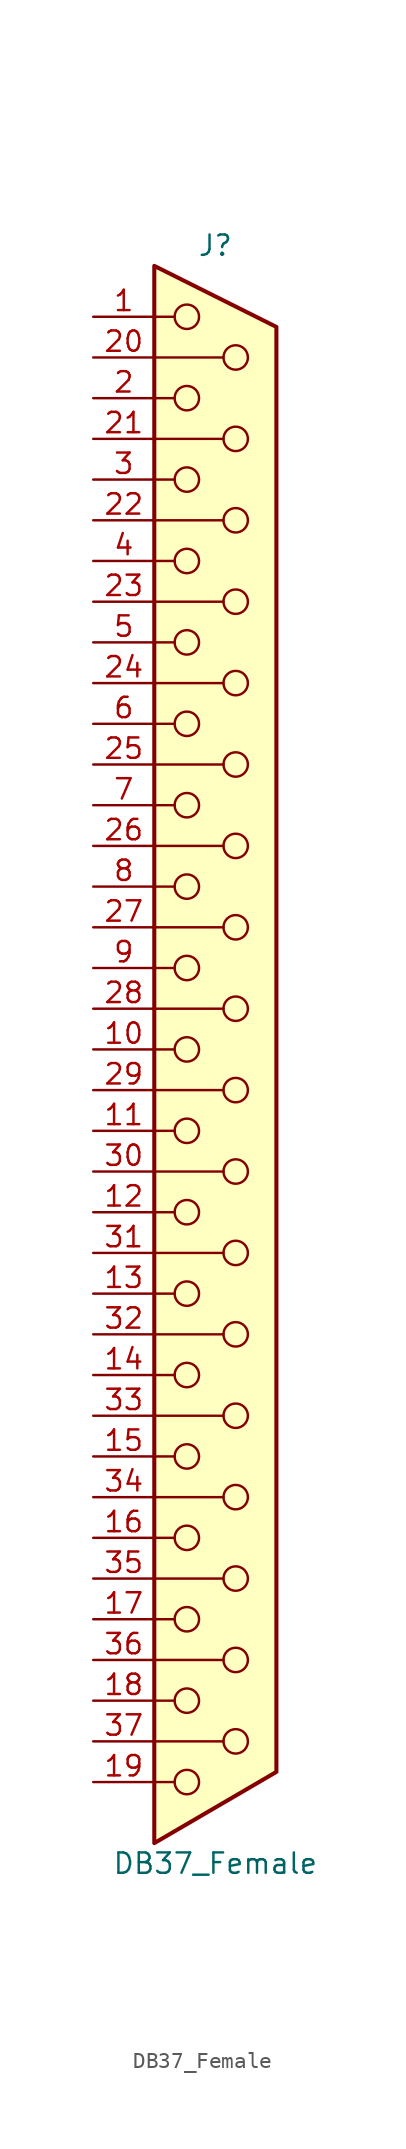
<source format=kicad_sym>
(kicad_symbol_lib
  (version 20220914)
  (generator kicad_symbol_editor)
  (symbol "DB37_Female"
    (pin_names
      (offset 1.016) hide)
    (property "Reference" "J"
      (at 0 50.165 0)
      (effects (font (size 1.27 1.27))))
    (property "Value" "DB37_Female"
      (at 0 -50.8 0)
      (effects (font (size 1.27 1.27))))
    (symbol "DB37_Female_0_1"
      (circle (center -1.778 -45.72) (radius 0.762) (stroke (width 0) (type solid)) (fill (type none)))
      (circle (center -1.778 -40.64) (radius 0.762) (stroke (width 0) (type solid)) (fill (type none)))
      (circle (center -1.778 -35.56) (radius 0.762) (stroke (width 0) (type solid)) (fill (type none)))
      (circle (center -1.778 -30.48) (radius 0.762) (stroke (width 0) (type solid)) (fill (type none)))
      (circle (center -1.778 -25.4) (radius 0.762) (stroke (width 0) (type solid)) (fill (type none)))
      (circle (center -1.778 -20.32) (radius 0.762) (stroke (width 0) (type solid)) (fill (type none)))
      (circle (center -1.778 -15.24) (radius 0.762) (stroke (width 0) (type solid)) (fill (type none)))
      (circle (center -1.778 -10.16) (radius 0.762) (stroke (width 0) (type solid)) (fill (type none)))
      (circle (center -1.778 -5.08) (radius 0.762) (stroke (width 0) (type solid)) (fill (type none)))
      (circle (center -1.778 0) (radius 0.762) (stroke (width 0) (type solid)) (fill (type none)))
      (circle (center -1.778 5.08) (radius 0.762) (stroke (width 0) (type solid)) (fill (type none)))
      (circle (center -1.778 10.16) (radius 0.762) (stroke (width 0) (type solid)) (fill (type none)))
      (circle (center -1.778 15.24) (radius 0.762) (stroke (width 0) (type solid)) (fill (type none)))
      (circle (center -1.778 20.32) (radius 0.762) (stroke (width 0) (type solid)) (fill (type none)))
      (circle (center -1.778 25.4) (radius 0.762) (stroke (width 0) (type solid)) (fill (type none)))
      (circle (center -1.778 30.48) (radius 0.762) (stroke (width 0) (type solid)) (fill (type none)))
      (circle (center -1.778 35.56) (radius 0.762) (stroke (width 0) (type solid)) (fill (type none)))
      (circle (center -1.778 40.64) (radius 0.762) (stroke (width 0) (type solid)) (fill (type none)))
      (circle (center -1.778 45.72) (radius 0.762) (stroke (width 0) (type solid)) (fill (type none)))
      (polyline (pts (xy -3.81 -45.72) (xy -2.54 -45.72)) (stroke (width 0) (type solid)) (fill (type none)))
      (polyline (pts (xy -3.81 -43.18) (xy 0.508 -43.18)) (stroke (width 0) (type solid)) (fill (type none)))
      (polyline (pts (xy -3.81 -40.64) (xy -2.54 -40.64)) (stroke (width 0) (type solid)) (fill (type none)))
      (polyline (pts (xy -3.81 -38.1) (xy 0.508 -38.1)) (stroke (width 0) (type solid)) (fill (type none)))
      (polyline (pts (xy -3.81 -35.56) (xy -2.54 -35.56)) (stroke (width 0) (type solid)) (fill (type none)))
      (polyline (pts (xy -3.81 -33.02) (xy 0.508 -33.02)) (stroke (width 0) (type solid)) (fill (type none)))
      (polyline (pts (xy -3.81 -30.48) (xy -2.54 -30.48)) (stroke (width 0) (type solid)) (fill (type none)))
      (polyline (pts (xy -3.81 -27.94) (xy 0.508 -27.94)) (stroke (width 0) (type solid)) (fill (type none)))
      (polyline (pts (xy -3.81 -25.4) (xy -2.54 -25.4)) (stroke (width 0) (type solid)) (fill (type none)))
      (polyline (pts (xy -3.81 -22.86) (xy 0.508 -22.86)) (stroke (width 0) (type solid)) (fill (type none)))
      (polyline (pts (xy -3.81 -20.32) (xy -2.54 -20.32)) (stroke (width 0) (type solid)) (fill (type none)))
      (polyline (pts (xy -3.81 -17.78) (xy 0.508 -17.78)) (stroke (width 0) (type solid)) (fill (type none)))
      (polyline (pts (xy -3.81 -15.24) (xy -2.54 -15.24)) (stroke (width 0) (type solid)) (fill (type none)))
      (polyline (pts (xy -3.81 -12.7) (xy 0.508 -12.7)) (stroke (width 0) (type solid)) (fill (type none)))
      (polyline (pts (xy -3.81 -10.16) (xy -2.54 -10.16)) (stroke (width 0) (type solid)) (fill (type none)))
      (polyline (pts (xy -3.81 -7.62) (xy 0.508 -7.62)) (stroke (width 0) (type solid)) (fill (type none)))
      (polyline (pts (xy -3.81 -5.08) (xy -2.54 -5.08)) (stroke (width 0) (type solid)) (fill (type none)))
      (polyline (pts (xy -3.81 -2.54) (xy 0.508 -2.54)) (stroke (width 0) (type solid)) (fill (type none)))
      (polyline (pts (xy -3.81 0) (xy -2.54 0)) (stroke (width 0) (type solid)) (fill (type none)))
      (polyline (pts (xy -3.81 2.54) (xy 0.508 2.54)) (stroke (width 0) (type solid)) (fill (type none)))
      (polyline (pts (xy -3.81 5.08) (xy -2.54 5.08)) (stroke (width 0) (type solid)) (fill (type none)))
      (polyline (pts (xy -3.81 7.62) (xy 0.508 7.62)) (stroke (width 0) (type solid)) (fill (type none)))
      (polyline (pts (xy -3.81 10.16) (xy -2.54 10.16)) (stroke (width 0) (type solid)) (fill (type none)))
      (polyline (pts (xy -3.81 12.7) (xy 0.508 12.7)) (stroke (width 0) (type solid)) (fill (type none)))
      (polyline (pts (xy -3.81 15.24) (xy -2.54 15.24)) (stroke (width 0) (type solid)) (fill (type none)))
      (polyline (pts (xy -3.81 17.78) (xy 0.508 17.78)) (stroke (width 0) (type solid)) (fill (type none)))
      (polyline (pts (xy -3.81 20.32) (xy -2.54 20.32)) (stroke (width 0) (type solid)) (fill (type none)))
      (polyline (pts (xy -3.81 22.86) (xy 0.508 22.86)) (stroke (width 0) (type solid)) (fill (type none)))
      (polyline (pts (xy -3.81 25.4) (xy -2.54 25.4)) (stroke (width 0) (type solid)) (fill (type none)))
      (polyline (pts (xy -3.81 27.94) (xy 0.508 27.94)) (stroke (width 0) (type solid)) (fill (type none)))
      (polyline (pts (xy -3.81 30.48) (xy -2.54 30.48)) (stroke (width 0) (type solid)) (fill (type none)))
      (polyline (pts (xy -3.81 33.02) (xy 0.508 33.02)) (stroke (width 0) (type solid)) (fill (type none)))
      (polyline (pts (xy -3.81 35.56) (xy -2.54 35.56)) (stroke (width 0) (type solid)) (fill (type none)))
      (polyline (pts (xy -3.81 38.1) (xy 0.508 38.1)) (stroke (width 0) (type solid)) (fill (type none)))
      (polyline (pts (xy -3.81 40.64) (xy -2.54 40.64)) (stroke (width 0) (type solid)) (fill (type none)))
      (polyline (pts (xy -3.81 43.18) (xy 0.508 43.18)) (stroke (width 0) (type solid)) (fill (type none)))
      (polyline (pts (xy -3.81 45.72) (xy -2.54 45.72)) (stroke (width 0) (type solid)) (fill (type none)))
      (polyline (pts (xy -3.81 -49.53) (xy 3.81 -45.085) (xy 3.81 45.085) (xy -3.81 48.895) (xy -3.81 -49.53)) (stroke (width 0.254) (type solid)) (fill (type background)))
      (circle (center 1.27 -43.18) (radius 0.762) (stroke (width 0) (type solid)) (fill (type none)))
      (circle (center 1.27 -38.1) (radius 0.762) (stroke (width 0) (type solid)) (fill (type none)))
      (circle (center 1.27 -33.02) (radius 0.762) (stroke (width 0) (type solid)) (fill (type none)))
      (circle (center 1.27 -27.94) (radius 0.762) (stroke (width 0) (type solid)) (fill (type none)))
      (circle (center 1.27 -22.86) (radius 0.762) (stroke (width 0) (type solid)) (fill (type none)))
      (circle (center 1.27 -17.78) (radius 0.762) (stroke (width 0) (type solid)) (fill (type none)))
      (circle (center 1.27 -12.7) (radius 0.762) (stroke (width 0) (type solid)) (fill (type none)))
      (circle (center 1.27 -7.62) (radius 0.762) (stroke (width 0) (type solid)) (fill (type none)))
      (circle (center 1.27 -2.54) (radius 0.762) (stroke (width 0) (type solid)) (fill (type none)))
      (circle (center 1.27 2.54) (radius 0.762) (stroke (width 0) (type solid)) (fill (type none)))
      (circle (center 1.27 7.62) (radius 0.762) (stroke (width 0) (type solid)) (fill (type none)))
      (circle (center 1.27 12.7) (radius 0.762) (stroke (width 0) (type solid)) (fill (type none)))
      (circle (center 1.27 17.78) (radius 0.762) (stroke (width 0) (type solid)) (fill (type none)))
      (circle (center 1.27 22.86) (radius 0.762) (stroke (width 0) (type solid)) (fill (type none)))
      (circle (center 1.27 27.94) (radius 0.762) (stroke (width 0) (type solid)) (fill (type none)))
      (circle (center 1.27 33.02) (radius 0.762) (stroke (width 0) (type solid)) (fill (type none)))
      (circle (center 1.27 38.1) (radius 0.762) (stroke (width 0) (type solid)) (fill (type none)))
      (circle (center 1.27 43.18) (radius 0.762) (stroke (width 0) (type solid)) (fill (type none))))
    (symbol "DB37_Female_1_1"
      (pin passive line (at -7.62 45.72 0) (length 3.81) (name "1" (effects (font (size 1.27 1.27)))) (number "1" (effects (font (size 1.27 1.27)))))
      (pin passive line (at -7.62 0 0) (length 3.81) (name "10" (effects (font (size 1.27 1.27)))) (number "10" (effects (font (size 1.27 1.27)))))
      (pin passive line (at -7.62 -5.08 0) (length 3.81) (name "11" (effects (font (size 1.27 1.27)))) (number "11" (effects (font (size 1.27 1.27)))))
      (pin passive line (at -7.62 -10.16 0) (length 3.81) (name "12" (effects (font (size 1.27 1.27)))) (number "12" (effects (font (size 1.27 1.27)))))
      (pin passive line (at -7.62 -15.24 0) (length 3.81) (name "13" (effects (font (size 1.27 1.27)))) (number "13" (effects (font (size 1.27 1.27)))))
      (pin passive line (at -7.62 -20.32 0) (length 3.81) (name "14" (effects (font (size 1.27 1.27)))) (number "14" (effects (font (size 1.27 1.27)))))
      (pin passive line (at -7.62 -25.4 0) (length 3.81) (name "15" (effects (font (size 1.27 1.27)))) (number "15" (effects (font (size 1.27 1.27)))))
      (pin passive line (at -7.62 -30.48 0) (length 3.81) (name "16" (effects (font (size 1.27 1.27)))) (number "16" (effects (font (size 1.27 1.27)))))
      (pin passive line (at -7.62 -35.56 0) (length 3.81) (name "17" (effects (font (size 1.27 1.27)))) (number "17" (effects (font (size 1.27 1.27)))))
      (pin passive line (at -7.62 -40.64 0) (length 3.81) (name "18" (effects (font (size 1.27 1.27)))) (number "18" (effects (font (size 1.27 1.27)))))
      (pin passive line (at -7.62 -45.72 0) (length 3.81) (name "19" (effects (font (size 1.27 1.27)))) (number "19" (effects (font (size 1.27 1.27)))))
      (pin passive line (at -7.62 40.64 0) (length 3.81) (name "2" (effects (font (size 1.27 1.27)))) (number "2" (effects (font (size 1.27 1.27)))))
      (pin passive line (at -7.62 43.18 0) (length 3.81) (name "20" (effects (font (size 1.27 1.27)))) (number "20" (effects (font (size 1.27 1.27)))))
      (pin passive line (at -7.62 38.1 0) (length 3.81) (name "21" (effects (font (size 1.27 1.27)))) (number "21" (effects (font (size 1.27 1.27)))))
      (pin passive line (at -7.62 33.02 0) (length 3.81) (name "22" (effects (font (size 1.27 1.27)))) (number "22" (effects (font (size 1.27 1.27)))))
      (pin passive line (at -7.62 27.94 0) (length 3.81) (name "23" (effects (font (size 1.27 1.27)))) (number "23" (effects (font (size 1.27 1.27)))))
      (pin passive line (at -7.62 22.86 0) (length 3.81) (name "24" (effects (font (size 1.27 1.27)))) (number "24" (effects (font (size 1.27 1.27)))))
      (pin passive line (at -7.62 17.78 0) (length 3.81) (name "25" (effects (font (size 1.27 1.27)))) (number "25" (effects (font (size 1.27 1.27)))))
      (pin passive line (at -7.62 12.7 0) (length 3.81) (name "26" (effects (font (size 1.27 1.27)))) (number "26" (effects (font (size 1.27 1.27)))))
      (pin passive line (at -7.62 7.62 0) (length 3.81) (name "27" (effects (font (size 1.27 1.27)))) (number "27" (effects (font (size 1.27 1.27)))))
      (pin passive line (at -7.62 2.54 0) (length 3.81) (name "28" (effects (font (size 1.27 1.27)))) (number "28" (effects (font (size 1.27 1.27)))))
      (pin passive line (at -7.62 -2.54 0) (length 3.81) (name "29" (effects (font (size 1.27 1.27)))) (number "29" (effects (font (size 1.27 1.27)))))
      (pin passive line (at -7.62 35.56 0) (length 3.81) (name "3" (effects (font (size 1.27 1.27)))) (number "3" (effects (font (size 1.27 1.27)))))
      (pin passive line (at -7.62 -7.62 0) (length 3.81) (name "30" (effects (font (size 1.27 1.27)))) (number "30" (effects (font (size 1.27 1.27)))))
      (pin passive line (at -7.62 -12.7 0) (length 3.81) (name "31" (effects (font (size 1.27 1.27)))) (number "31" (effects (font (size 1.27 1.27)))))
      (pin passive line (at -7.62 -17.78 0) (length 3.81) (name "32" (effects (font (size 1.27 1.27)))) (number "32" (effects (font (size 1.27 1.27)))))
      (pin passive line (at -7.62 -22.86 0) (length 3.81) (name "33" (effects (font (size 1.27 1.27)))) (number "33" (effects (font (size 1.27 1.27)))))
      (pin passive line (at -7.62 -27.94 0) (length 3.81) (name "34" (effects (font (size 1.27 1.27)))) (number "34" (effects (font (size 1.27 1.27)))))
      (pin passive line (at -7.62 -33.02 0) (length 3.81) (name "35" (effects (font (size 1.27 1.27)))) (number "35" (effects (font (size 1.27 1.27)))))
      (pin passive line (at -7.62 -38.1 0) (length 3.81) (name "36" (effects (font (size 1.27 1.27)))) (number "36" (effects (font (size 1.27 1.27)))))
      (pin passive line (at -7.62 -43.18 0) (length 3.81) (name "37" (effects (font (size 1.27 1.27)))) (number "37" (effects (font (size 1.27 1.27)))))
      (pin passive line (at -7.62 30.48 0) (length 3.81) (name "4" (effects (font (size 1.27 1.27)))) (number "4" (effects (font (size 1.27 1.27)))))
      (pin passive line (at -7.62 25.4 0) (length 3.81) (name "5" (effects (font (size 1.27 1.27)))) (number "5" (effects (font (size 1.27 1.27)))))
      (pin passive line (at -7.62 20.32 0) (length 3.81) (name "6" (effects (font (size 1.27 1.27)))) (number "6" (effects (font (size 1.27 1.27)))))
      (pin passive line (at -7.62 15.24 0) (length 3.81) (name "7" (effects (font (size 1.27 1.27)))) (number "7" (effects (font (size 1.27 1.27)))))
      (pin passive line (at -7.62 10.16 0) (length 3.81) (name "8" (effects (font (size 1.27 1.27)))) (number "8" (effects (font (size 1.27 1.27)))))
      (pin passive line (at -7.62 5.08 0) (length 3.81) (name "9" (effects (font (size 1.27 1.27)))) (number "9" (effects (font (size 1.27 1.27))))))))
</source>
